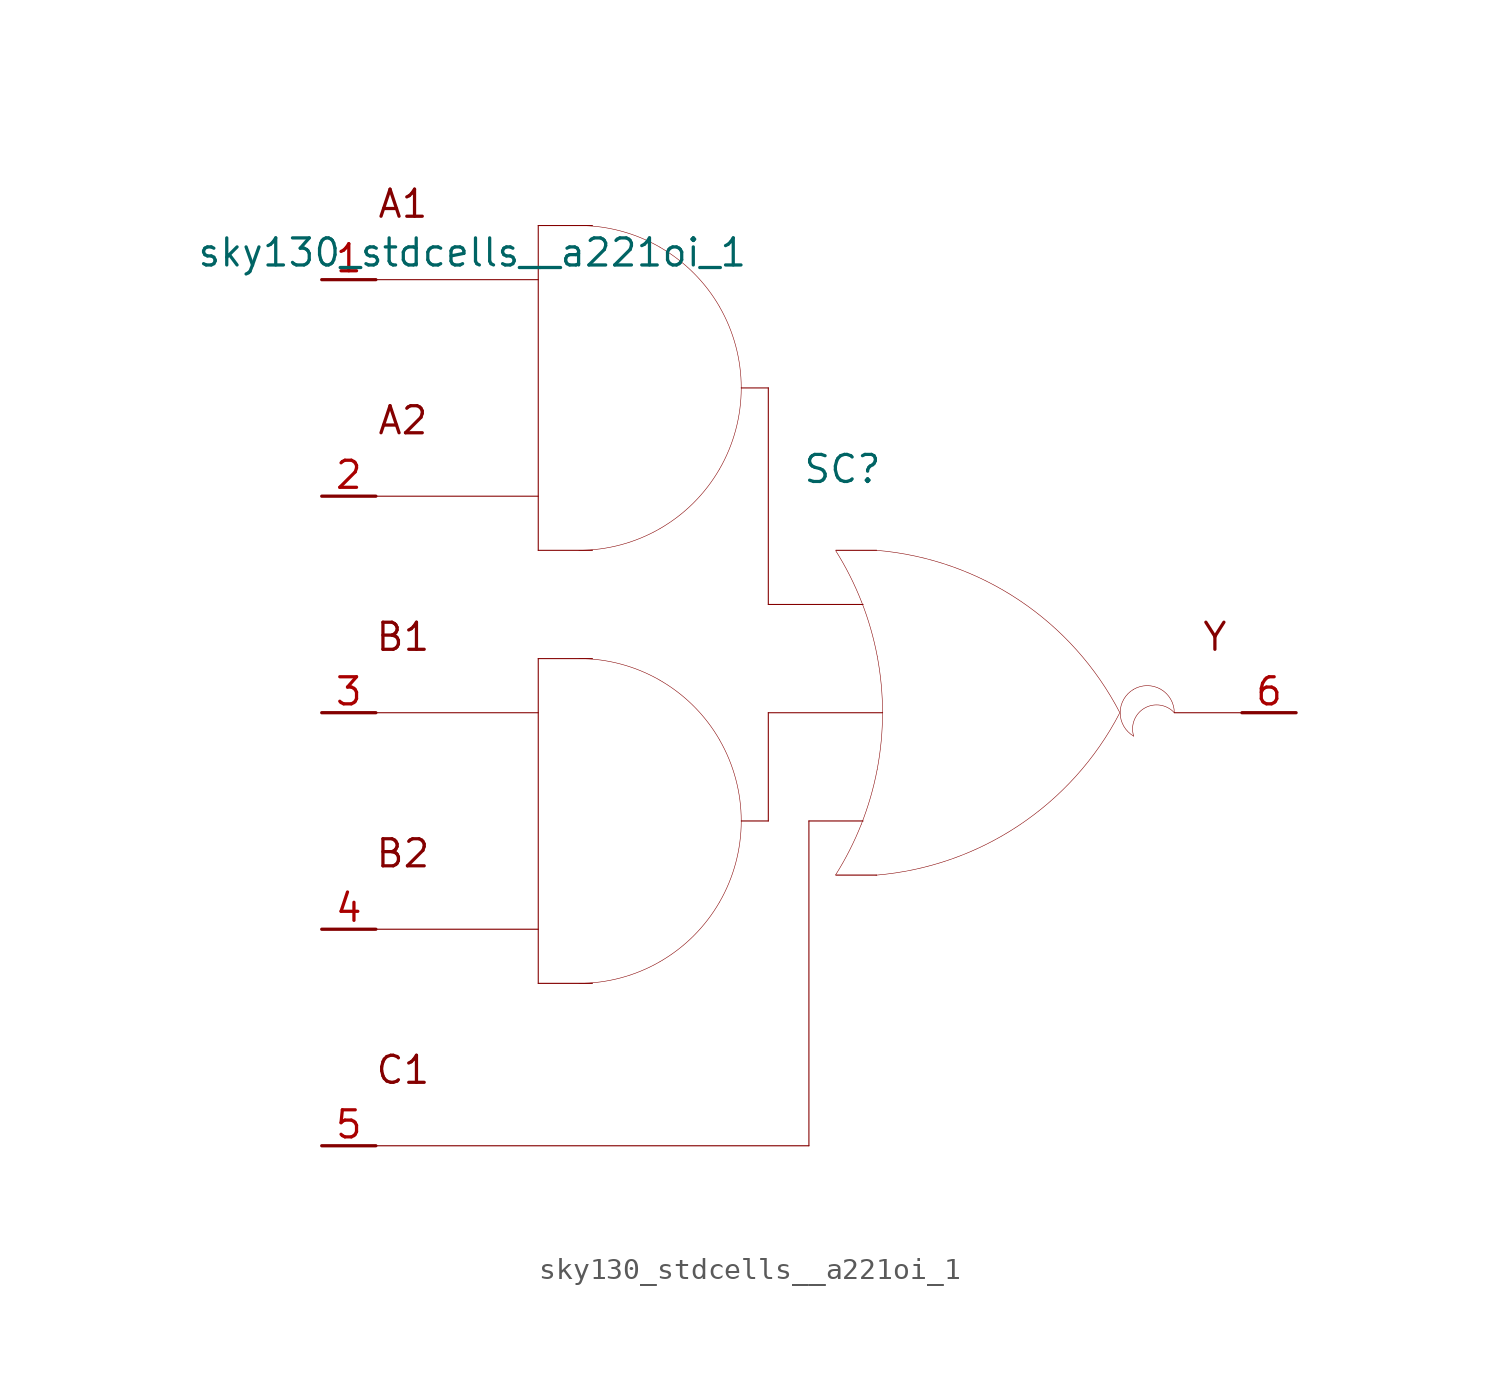
<source format=kicad_sym>
(kicad_symbol_lib
  (version 20211014)
  (generator kicad_symbol_editor)
  (symbol "sky130_stdcells__a221oi_1"
    (pin_names hide)
    (property "Reference" "SC"
      (at 1.575 11.43 0)
      (effects (font (size 1.27 1.27))))
    (property "Value" "sky130_stdcells__a221oi_1"
      (at -2.845 21.59 0)
      (effects (font (size 1.27 1.27)) (justify right)))
    (symbol "sky130_stdcells__a221oi_1_0_0"
      (arc (start -10.795 -12.7) (mid -8.8228 -12.4404) (end -6.985 -11.6791) (stroke (width 0.0254) (type default) (color 0 0 0 0)) (fill (type none)))
      (arc (start -10.795 7.62) (mid -8.8228 7.8796) (end -6.985 8.6409) (stroke (width 0.0254) (type default) (color 0 0 0 0)) (fill (type none)))
      (arc (start -6.985 -11.6791) (mid -5.4069 -10.4681) (end -4.1959 -8.89) (stroke (width 0.0254) (type default) (color 0 0 0 0)) (fill (type none)))
      (arc (start -6.985 1.5191) (mid -8.8228 2.2803) (end -10.795 2.54) (stroke (width 0.0254) (type default) (color 0 0 0 0)) (fill (type none)))
      (arc (start -6.985 8.6409) (mid -5.4069 9.8519) (end -4.1959 11.43) (stroke (width 0.0254) (type default) (color 0 0 0 0)) (fill (type none)))
      (arc (start -6.985 21.8391) (mid -8.8228 22.6003) (end -10.795 22.86) (stroke (width 0.0254) (type default) (color 0 0 0 0)) (fill (type none)))
      (arc (start -4.1959 -8.89) (mid -3.4347 -7.0522) (end -3.175 -5.08) (stroke (width 0.0254) (type default) (color 0 0 0 0)) (fill (type none)))
      (arc (start -4.1959 -1.27) (mid -5.4069 0.3081) (end -6.985 1.5191) (stroke (width 0.0254) (type default) (color 0 0 0 0)) (fill (type none)))
      (arc (start -4.1959 11.43) (mid -3.4347 13.2678) (end -3.175 15.24) (stroke (width 0.0254) (type default) (color 0 0 0 0)) (fill (type none)))
      (arc (start -4.1959 19.05) (mid -5.4069 20.6281) (end -6.985 21.8391) (stroke (width 0.0254) (type default) (color 0 0 0 0)) (fill (type none)))
      (arc (start -3.175 -5.08) (mid -3.4346 -3.1078) (end -4.1959 -1.27) (stroke (width 0.0254) (type default) (color 0 0 0 0)) (fill (type none)))
      (arc (start -3.175 15.24) (mid -3.4346 17.2122) (end -4.1959 19.05) (stroke (width 0.0254) (type default) (color 0 0 0 0)) (fill (type none)))
      (polyline (pts (xy -20.32 -20.32) (xy 0 -20.32)) (stroke (width 0.051) (type default) (color 0 0 0 0)) (fill (type none)))
      (polyline (pts (xy -20.32 -10.16) (xy -12.7 -10.16)) (stroke (width 0.051) (type default) (color 0 0 0 0)) (fill (type none)))
      (polyline (pts (xy -20.32 0) (xy -12.7 0)) (stroke (width 0.051) (type default) (color 0 0 0 0)) (fill (type none)))
      (polyline (pts (xy -20.32 10.16) (xy -12.7 10.16)) (stroke (width 0.051) (type default) (color 0 0 0 0)) (fill (type none)))
      (polyline (pts (xy -20.32 20.32) (xy -12.7 20.32)) (stroke (width 0.051) (type default) (color 0 0 0 0)) (fill (type none)))
      (polyline (pts (xy -12.7 -12.7) (xy -10.16 -12.7)) (stroke (width 0.051) (type default) (color 0 0 0 0)) (fill (type none)))
      (polyline (pts (xy -12.7 2.54) (xy -12.7 -12.7)) (stroke (width 0.051) (type default) (color 0 0 0 0)) (fill (type none)))
      (polyline (pts (xy -12.7 2.54) (xy -10.16 2.54)) (stroke (width 0.051) (type default) (color 0 0 0 0)) (fill (type none)))
      (polyline (pts (xy -12.7 7.62) (xy -10.16 7.62)) (stroke (width 0.051) (type default) (color 0 0 0 0)) (fill (type none)))
      (polyline (pts (xy -12.7 22.86) (xy -12.7 7.62)) (stroke (width 0.051) (type default) (color 0 0 0 0)) (fill (type none)))
      (polyline (pts (xy -12.7 22.86) (xy -10.16 22.86)) (stroke (width 0.051) (type default) (color 0 0 0 0)) (fill (type none)))
      (polyline (pts (xy -3.175 -5.08) (xy -1.905 -5.08)) (stroke (width 0.051) (type default) (color 0 0 0 0)) (fill (type none)))
      (polyline (pts (xy -3.175 15.24) (xy -1.905 15.24)) (stroke (width 0.051) (type default) (color 0 0 0 0)) (fill (type none)))
      (polyline (pts (xy -1.905 0) (xy -1.905 -5.08)) (stroke (width 0.051) (type default) (color 0 0 0 0)) (fill (type none)))
      (polyline (pts (xy -1.905 0) (xy 3.454 0)) (stroke (width 0.051) (type default) (color 0 0 0 0)) (fill (type none)))
      (polyline (pts (xy -1.905 5.08) (xy 2.54 5.08)) (stroke (width 0.051) (type default) (color 0 0 0 0)) (fill (type none)))
      (polyline (pts (xy -1.905 15.24) (xy -1.905 5.08)) (stroke (width 0.051) (type default) (color 0 0 0 0)) (fill (type none)))
      (polyline (pts (xy 0 -5.08) (xy 0 -20.32)) (stroke (width 0.051) (type default) (color 0 0 0 0)) (fill (type none)))
      (polyline (pts (xy 0 -5.08) (xy 2.54 -5.08)) (stroke (width 0.051) (type default) (color 0 0 0 0)) (fill (type none)))
      (polyline (pts (xy 1.27 -7.62) (xy 3.175 -7.62)) (stroke (width 0.051) (type default) (color 0 0 0 0)) (fill (type none)))
      (polyline (pts (xy 1.27 7.62) (xy 3.175 7.62)) (stroke (width 0.051) (type default) (color 0 0 0 0)) (fill (type none)))
      (polyline (pts (xy 17.145 0) (xy 20.32 0)) (stroke (width 0.051) (type default) (color 0 0 0 0)) (fill (type none)))
      (arc (start 1.2495 -7.6142) (mid 1.907 -6.458) (end 2.4538 -5.2456) (stroke (width 0.0254) (type default) (color 0 0 0 0)) (fill (type none)))
      (arc (start 2.4538 -5.2456) (mid 2.8887 -3.9755) (end 3.202 -2.6701) (stroke (width 0.0254) (type default) (color 0 0 0 0)) (fill (type none)))
      (arc (start 2.472 5.1993) (mid 1.9238 6.4248) (end 1.2627 7.5932) (stroke (width 0.0254) (type default) (color 0 0 0 0)) (fill (type none)))
      (arc (start 3.1446 -7.6231) (mid 9.8386 -5.2986) (end 14.5755 -0.0284) (stroke (width 0.0254) (type default) (color 0 0 0 0)) (fill (type none)))
      (arc (start 3.202 -2.6701) (mid 3.3912 -1.341) (end 3.4544 0) (stroke (width 0.0254) (type default) (color 0 0 0 0)) (fill (type none)))
      (arc (start 3.2066 2.6456) (mid 2.8989 3.9396) (end 2.472 5.1993) (stroke (width 0.0254) (type default) (color 0 0 0 0)) (fill (type none)))
      (arc (start 3.4544 0) (mid 3.3923 1.3286) (end 3.2066 2.6456) (stroke (width 0.0254) (type default) (color 0 0 0 0)) (fill (type none)))
      (arc (start 14.5983 -0.0156) (mid 9.8798 5.271) (end 3.194 7.6189) (stroke (width 0.0254) (type default) (color 0 0 0 0)) (fill (type none)))
      (arc (start 15.24 1.0999) (mid 14.605 0) (end 15.24 -1.0999) (stroke (width 0.0254) (type default) (color 0 0 0 0)) (fill (type none)))
      (arc (start 17.145 0) (mid 15.2881 0.4743) (end 15.24 -1.0999) (stroke (width 0.0254) (type default) (color 0 0 0 0)) (fill (type none)))
      (arc (start 17.145 0) (mid 16.51 1.0998) (end 15.24 1.0999) (stroke (width 0.0254) (type default) (color 0 0 0 0)) (fill (type none)))
      (text "A1" (at -19.05 23.876 0) (effects (font (size 1.27 1.27))))
      (text "A2" (at -19.05 13.716 0) (effects (font (size 1.27 1.27))))
      (text "B1" (at -19.05 3.556 0) (effects (font (size 1.27 1.27))))
      (text "B2" (at -19.05 -6.604 0) (effects (font (size 1.27 1.27))))
      (text "C1" (at -19.05 -16.764 0) (effects (font (size 1.27 1.27))))
      (text "Y" (at 19.05 3.556 0) (effects (font (size 1.27 1.27)))))
    (symbol "sky130_stdcells__a221oi_1_1_1"
      (pin input line (at -22.86 20.32 0) (length 2.54) (name "A1" (effects (font (size 1.092 1.092)))) (number "1" (effects (font (size 1.27 1.27)))))
      (pin input line (at -22.86 10.16 0) (length 2.54) (name "A2" (effects (font (size 1.092 1.092)))) (number "2" (effects (font (size 1.27 1.27)))))
      (pin input line (at -22.86 0 0) (length 2.54) (name "B1" (effects (font (size 1.092 1.092)))) (number "3" (effects (font (size 1.27 1.27)))))
      (pin input line (at -22.86 -10.16 0) (length 2.54) (name "B2" (effects (font (size 1.092 1.092)))) (number "4" (effects (font (size 1.27 1.27)))))
      (pin input line (at -22.86 -20.32 0) (length 2.54) (name "C1" (effects (font (size 1.092 1.092)))) (number "5" (effects (font (size 1.27 1.27)))))
      (pin output line (at 22.86 0 180) (length 2.54) (name "Y" (effects (font (size 1.092 1.092)))) (number "6" (effects (font (size 1.27 1.27))))))))
</source>
